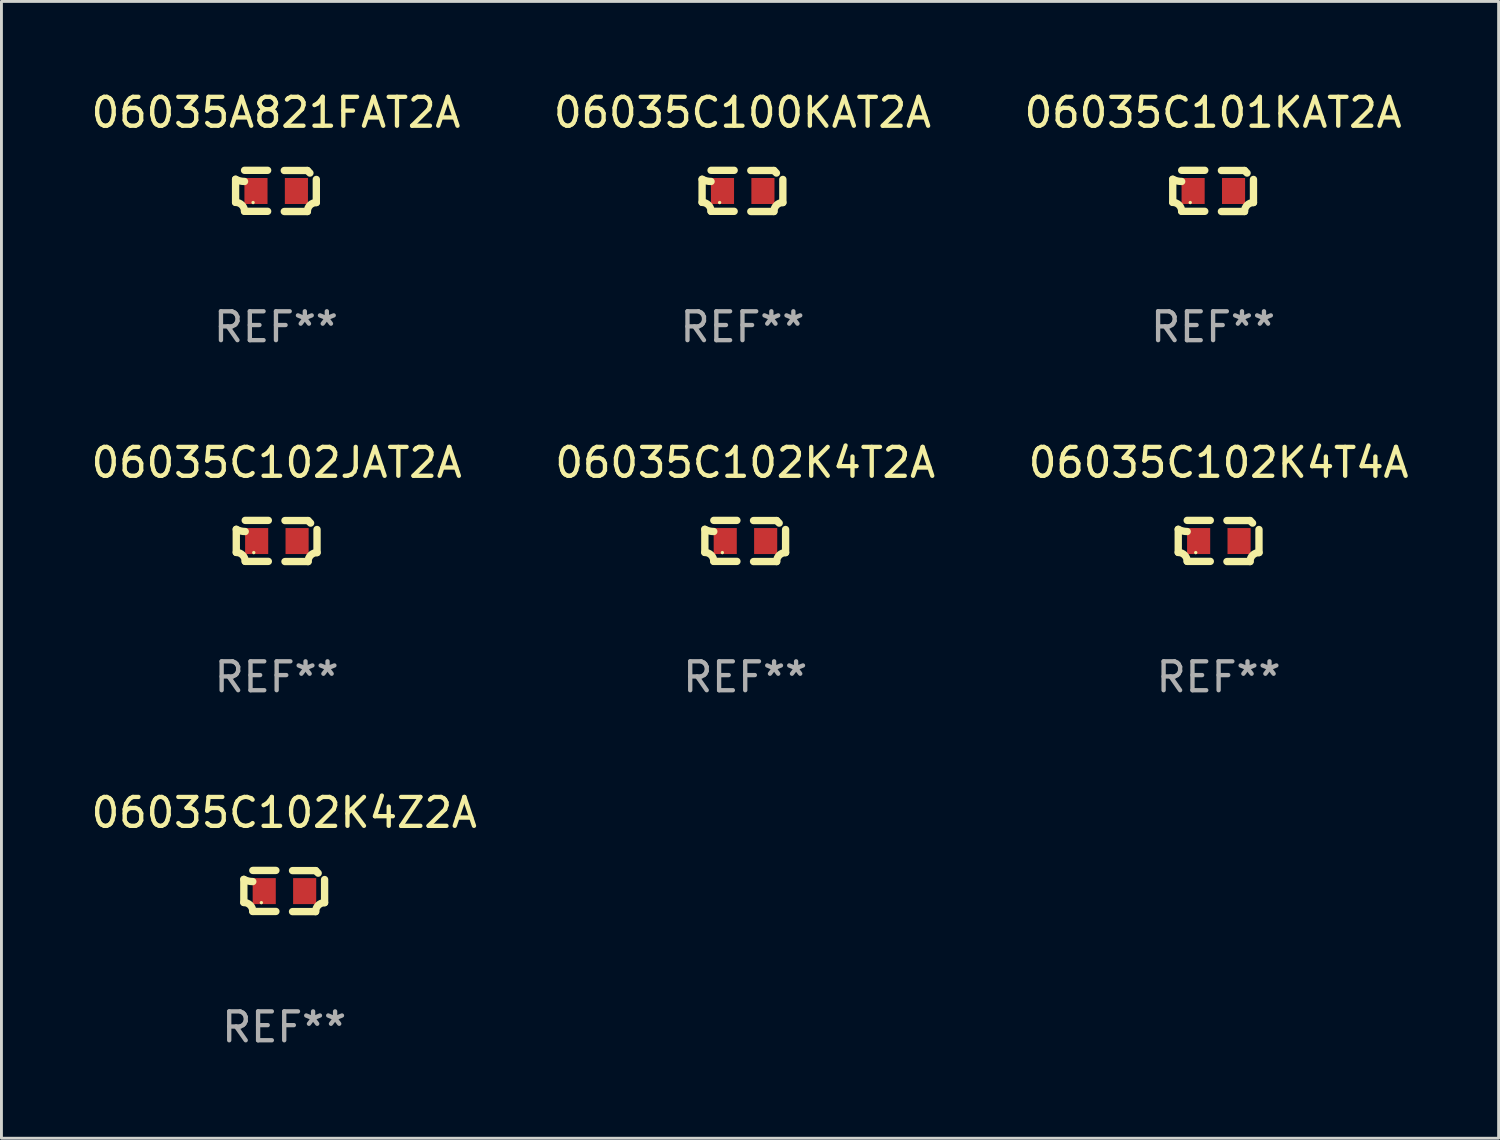
<source format=kicad_pcb>
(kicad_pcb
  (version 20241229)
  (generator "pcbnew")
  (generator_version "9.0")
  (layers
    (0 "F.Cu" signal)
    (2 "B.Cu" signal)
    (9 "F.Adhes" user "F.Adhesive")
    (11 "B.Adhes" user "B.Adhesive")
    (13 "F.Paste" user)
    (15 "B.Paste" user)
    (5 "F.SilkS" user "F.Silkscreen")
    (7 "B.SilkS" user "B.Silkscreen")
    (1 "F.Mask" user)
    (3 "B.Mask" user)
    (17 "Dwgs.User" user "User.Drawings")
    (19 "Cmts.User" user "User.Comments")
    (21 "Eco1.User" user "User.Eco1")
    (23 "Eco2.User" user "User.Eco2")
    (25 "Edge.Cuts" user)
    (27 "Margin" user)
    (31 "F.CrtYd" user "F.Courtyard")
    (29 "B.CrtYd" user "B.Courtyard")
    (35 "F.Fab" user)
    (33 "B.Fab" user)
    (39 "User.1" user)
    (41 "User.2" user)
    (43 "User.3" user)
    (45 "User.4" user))
  (footprint "06035C102JAT2A"
    (layer "F.Cu")
    (at 6.53 15.683)
    (property "Reference" "06035C102JAT2A" (at 0 -2.713 0) (layer "F.SilkS") (effects (font (size 1 1) (thickness 0.15))))
    (attr through_hole)
    (fp_line (start -1.398 -0.403) (end -1.398 0.397) (stroke (width 0.254) (type solid)) (layer "F.SilkS"))
    (fp_line (start -0.288 -0.713) (end -1.088 -0.713) (stroke (width 0.254) (type solid)) (layer "F.SilkS"))
    (fp_line (start -0.288 0.707) (end -1.088 0.707) (stroke (width 0.254) (type solid)) (layer "F.SilkS"))
    (fp_line (start 0.288 -0.707) (end 1.088 -0.707) (stroke (width 0.254) (type solid)) (layer "F.SilkS"))
    (fp_line (start 0.288 0.713) (end 1.088 0.713) (stroke (width 0.254) (type solid)) (layer "F.SilkS"))
    (fp_line (start 1.398 -0.397) (end 1.398 0.403) (stroke (width 0.254) (type solid)) (layer "F.SilkS"))
    (fp_arc (start -1.397789 0.397066) (mid -1.178701 0.487826) (end -1.08796 0.706922) (stroke (width 0.254001) (type solid)) (layer "F.SilkS"))
    (fp_arc (start -1.08796 -0.327176) (mid -1.247436 -0.346384) (end -1.39779 -0.402908) (stroke (width 0.254001) (type solid)) (layer "F.SilkS"))
    (fp_arc (start 1.087909 0.712738) (mid 1.178656 0.493655) (end 1.397739 0.402908) (stroke (width 0.254001) (type solid)) (layer "F.SilkS"))
    (fp_arc (start 1.175925 -0.618926) (mid 1.131917 -0.662923) (end 1.08791 -0.706922) (stroke (width 0.254001) (type solid)) (layer "F.SilkS"))
    (fp_circle (center -0.792 0.403) (end -0.762 0.403) (stroke (width 0.06) (type solid)) (fill no) (layer "F.SilkS"))
    (fp_text user "REF**" (at 0 4.713 0) (layer "F.Fab") (effects (font (size 1 1) (thickness 0.15))))
    (pad "1" smd rect (at -0.692 0.003) (size 0.8 0.9) (layers "F.Cu" "F.Mask" "F.Paste"))
    (pad "2" smd rect (at 0.708 0.003) (size 0.8 0.9) (layers "F.Cu" "F.Mask" "F.Paste")))
  (footprint "06035C100KAT2A"
    (layer "F.Cu")
    (at 22.661 3.561)
    (property "Reference" "06035C100KAT2A" (at 0 -2.713 0) (layer "F.SilkS") (effects (font (size 1 1) (thickness 0.15))))
    (attr through_hole)
    (fp_line (start -1.398 -0.403) (end -1.398 0.397) (stroke (width 0.254) (type solid)) (layer "F.SilkS"))
    (fp_line (start -0.288 -0.713) (end -1.088 -0.713) (stroke (width 0.254) (type solid)) (layer "F.SilkS"))
    (fp_line (start -0.288 0.707) (end -1.088 0.707) (stroke (width 0.254) (type solid)) (layer "F.SilkS"))
    (fp_line (start 0.288 -0.707) (end 1.088 -0.707) (stroke (width 0.254) (type solid)) (layer "F.SilkS"))
    (fp_line (start 0.288 0.713) (end 1.088 0.713) (stroke (width 0.254) (type solid)) (layer "F.SilkS"))
    (fp_line (start 1.398 -0.397) (end 1.398 0.403) (stroke (width 0.254) (type solid)) (layer "F.SilkS"))
    (fp_arc (start -1.397789 0.397066) (mid -1.178701 0.487826) (end -1.08796 0.706922) (stroke (width 0.254001) (type solid)) (layer "F.SilkS"))
    (fp_arc (start -1.08796 -0.327176) (mid -1.247436 -0.346384) (end -1.39779 -0.402908) (stroke (width 0.254001) (type solid)) (layer "F.SilkS"))
    (fp_arc (start 1.087909 0.712738) (mid 1.178656 0.493655) (end 1.397739 0.402908) (stroke (width 0.254001) (type solid)) (layer "F.SilkS"))
    (fp_arc (start 1.175925 -0.618926) (mid 1.131917 -0.662923) (end 1.08791 -0.706922) (stroke (width 0.254001) (type solid)) (layer "F.SilkS"))
    (fp_circle (center -0.792 0.403) (end -0.762 0.403) (stroke (width 0.06) (type solid)) (fill no) (layer "F.SilkS"))
    (fp_text user "REF**" (at 0 4.713 0) (layer "F.Fab") (effects (font (size 1 1) (thickness 0.15))))
    (pad "1" smd rect (at -0.692 0.003) (size 0.8 0.9) (layers "F.Cu" "F.Mask" "F.Paste"))
    (pad "2" smd rect (at 0.708 0.003) (size 0.8 0.9) (layers "F.Cu" "F.Mask" "F.Paste")))
  (footprint "06035C102K4T2A"
    (layer "F.Cu")
    (at 22.756 15.683)
    (property "Reference" "06035C102K4T2A" (at 0 -2.713 0) (layer "F.SilkS") (effects (font (size 1 1) (thickness 0.15))))
    (attr through_hole)
    (fp_line (start -1.398 -0.403) (end -1.398 0.397) (stroke (width 0.254) (type solid)) (layer "F.SilkS"))
    (fp_line (start -0.288 -0.713) (end -1.088 -0.713) (stroke (width 0.254) (type solid)) (layer "F.SilkS"))
    (fp_line (start -0.288 0.707) (end -1.088 0.707) (stroke (width 0.254) (type solid)) (layer "F.SilkS"))
    (fp_line (start 0.288 -0.707) (end 1.088 -0.707) (stroke (width 0.254) (type solid)) (layer "F.SilkS"))
    (fp_line (start 0.288 0.713) (end 1.088 0.713) (stroke (width 0.254) (type solid)) (layer "F.SilkS"))
    (fp_line (start 1.398 -0.397) (end 1.398 0.403) (stroke (width 0.254) (type solid)) (layer "F.SilkS"))
    (fp_arc (start -1.397789 0.397066) (mid -1.178701 0.487826) (end -1.08796 0.706922) (stroke (width 0.254001) (type solid)) (layer "F.SilkS"))
    (fp_arc (start -1.08796 -0.327176) (mid -1.247436 -0.346384) (end -1.39779 -0.402908) (stroke (width 0.254001) (type solid)) (layer "F.SilkS"))
    (fp_arc (start 1.087909 0.712738) (mid 1.178656 0.493655) (end 1.397739 0.402908) (stroke (width 0.254001) (type solid)) (layer "F.SilkS"))
    (fp_arc (start 1.175925 -0.618926) (mid 1.131917 -0.662923) (end 1.08791 -0.706922) (stroke (width 0.254001) (type solid)) (layer "F.SilkS"))
    (fp_circle (center -0.792 0.403) (end -0.762 0.403) (stroke (width 0.06) (type solid)) (fill no) (layer "F.SilkS"))
    (fp_text user "REF**" (at 0 4.713 0) (layer "F.Fab") (effects (font (size 1 1) (thickness 0.15))))
    (pad "1" smd rect (at -0.692 0.003) (size 0.8 0.9) (layers "F.Cu" "F.Mask" "F.Paste"))
    (pad "2" smd rect (at 0.708 0.003) (size 0.8 0.9) (layers "F.Cu" "F.Mask" "F.Paste")))
  (footprint "06035C102K4T4A"
    (layer "F.Cu")
    (at 39.149 15.683)
    (property "Reference" "06035C102K4T4A" (at 0 -2.713 0) (layer "F.SilkS") (effects (font (size 1 1) (thickness 0.15))))
    (attr through_hole)
    (fp_line (start -1.398 -0.403) (end -1.398 0.397) (stroke (width 0.254) (type solid)) (layer "F.SilkS"))
    (fp_line (start -0.288 -0.713) (end -1.088 -0.713) (stroke (width 0.254) (type solid)) (layer "F.SilkS"))
    (fp_line (start -0.288 0.707) (end -1.088 0.707) (stroke (width 0.254) (type solid)) (layer "F.SilkS"))
    (fp_line (start 0.288 -0.707) (end 1.088 -0.707) (stroke (width 0.254) (type solid)) (layer "F.SilkS"))
    (fp_line (start 0.288 0.713) (end 1.088 0.713) (stroke (width 0.254) (type solid)) (layer "F.SilkS"))
    (fp_line (start 1.398 -0.397) (end 1.398 0.403) (stroke (width 0.254) (type solid)) (layer "F.SilkS"))
    (fp_arc (start -1.397789 0.397066) (mid -1.178701 0.487826) (end -1.08796 0.706922) (stroke (width 0.254001) (type solid)) (layer "F.SilkS"))
    (fp_arc (start -1.08796 -0.327176) (mid -1.247436 -0.346384) (end -1.39779 -0.402908) (stroke (width 0.254001) (type solid)) (layer "F.SilkS"))
    (fp_arc (start 1.087909 0.712738) (mid 1.178656 0.493655) (end 1.397739 0.402908) (stroke (width 0.254001) (type solid)) (layer "F.SilkS"))
    (fp_arc (start 1.175925 -0.618926) (mid 1.131917 -0.662923) (end 1.08791 -0.706922) (stroke (width 0.254001) (type solid)) (layer "F.SilkS"))
    (fp_circle (center -0.792 0.403) (end -0.762 0.403) (stroke (width 0.06) (type solid)) (fill no) (layer "F.SilkS"))
    (fp_text user "REF**" (at 0 4.713 0) (layer "F.Fab") (effects (font (size 1 1) (thickness 0.15))))
    (pad "1" smd rect (at -0.692 0.003) (size 0.8 0.9) (layers "F.Cu" "F.Mask" "F.Paste"))
    (pad "2" smd rect (at 0.708 0.003) (size 0.8 0.9) (layers "F.Cu" "F.Mask" "F.Paste")))
  (footprint "06035C101KAT2A"
    (layer "F.Cu")
    (at 38.958 3.561)
    (property "Reference" "06035C101KAT2A" (at 0 -2.713 0) (layer "F.SilkS") (effects (font (size 1 1) (thickness 0.15))))
    (attr through_hole)
    (fp_line (start -1.398 -0.403) (end -1.398 0.397) (stroke (width 0.254) (type solid)) (layer "F.SilkS"))
    (fp_line (start -0.288 -0.713) (end -1.088 -0.713) (stroke (width 0.254) (type solid)) (layer "F.SilkS"))
    (fp_line (start -0.288 0.707) (end -1.088 0.707) (stroke (width 0.254) (type solid)) (layer "F.SilkS"))
    (fp_line (start 0.288 -0.707) (end 1.088 -0.707) (stroke (width 0.254) (type solid)) (layer "F.SilkS"))
    (fp_line (start 0.288 0.713) (end 1.088 0.713) (stroke (width 0.254) (type solid)) (layer "F.SilkS"))
    (fp_line (start 1.398 -0.397) (end 1.398 0.403) (stroke (width 0.254) (type solid)) (layer "F.SilkS"))
    (fp_arc (start -1.397789 0.397066) (mid -1.178701 0.487826) (end -1.08796 0.706922) (stroke (width 0.254001) (type solid)) (layer "F.SilkS"))
    (fp_arc (start -1.08796 -0.327176) (mid -1.247436 -0.346384) (end -1.39779 -0.402908) (stroke (width 0.254001) (type solid)) (layer "F.SilkS"))
    (fp_arc (start 1.087909 0.712738) (mid 1.178656 0.493655) (end 1.397739 0.402908) (stroke (width 0.254001) (type solid)) (layer "F.SilkS"))
    (fp_arc (start 1.175925 -0.618926) (mid 1.131917 -0.662923) (end 1.08791 -0.706922) (stroke (width 0.254001) (type solid)) (layer "F.SilkS"))
    (fp_circle (center -0.792 0.403) (end -0.762 0.403) (stroke (width 0.06) (type solid)) (fill no) (layer "F.SilkS"))
    (fp_text user "REF**" (at 0 4.713 0) (layer "F.Fab") (effects (font (size 1 1) (thickness 0.15))))
    (pad "1" smd rect (at -0.692 0.003) (size 0.8 0.9) (layers "F.Cu" "F.Mask" "F.Paste"))
    (pad "2" smd rect (at 0.708 0.003) (size 0.8 0.9) (layers "F.Cu" "F.Mask" "F.Paste")))
  (footprint "06035C102K4Z2A"
    (layer "F.Cu")
    (at 6.792 27.805)
    (property "Reference" "06035C102K4Z2A" (at 0 -2.713 0) (layer "F.SilkS") (effects (font (size 1 1) (thickness 0.15))))
    (attr through_hole)
    (fp_line (start -1.398 -0.403) (end -1.398 0.397) (stroke (width 0.254) (type solid)) (layer "F.SilkS"))
    (fp_line (start -0.288 -0.713) (end -1.088 -0.713) (stroke (width 0.254) (type solid)) (layer "F.SilkS"))
    (fp_line (start -0.288 0.707) (end -1.088 0.707) (stroke (width 0.254) (type solid)) (layer "F.SilkS"))
    (fp_line (start 0.288 -0.707) (end 1.088 -0.707) (stroke (width 0.254) (type solid)) (layer "F.SilkS"))
    (fp_line (start 0.288 0.713) (end 1.088 0.713) (stroke (width 0.254) (type solid)) (layer "F.SilkS"))
    (fp_line (start 1.398 -0.397) (end 1.398 0.403) (stroke (width 0.254) (type solid)) (layer "F.SilkS"))
    (fp_arc (start -1.397789 0.397066) (mid -1.178701 0.487826) (end -1.08796 0.706922) (stroke (width 0.254001) (type solid)) (layer "F.SilkS"))
    (fp_arc (start -1.08796 -0.327176) (mid -1.247436 -0.346384) (end -1.39779 -0.402908) (stroke (width 0.254001) (type solid)) (layer "F.SilkS"))
    (fp_arc (start 1.087909 0.712738) (mid 1.178656 0.493655) (end 1.397739 0.402908) (stroke (width 0.254001) (type solid)) (layer "F.SilkS"))
    (fp_arc (start 1.175925 -0.618926) (mid 1.131917 -0.662923) (end 1.08791 -0.706922) (stroke (width 0.254001) (type solid)) (layer "F.SilkS"))
    (fp_circle (center -0.792 0.403) (end -0.762 0.403) (stroke (width 0.06) (type solid)) (fill no) (layer "F.SilkS"))
    (fp_text user "REF**" (at 0 4.713 0) (layer "F.Fab") (effects (font (size 1 1) (thickness 0.15))))
    (pad "1" smd rect (at -0.692 0.003) (size 0.8 0.9) (layers "F.Cu" "F.Mask" "F.Paste"))
    (pad "2" smd rect (at 0.708 0.003) (size 0.8 0.9) (layers "F.Cu" "F.Mask" "F.Paste")))
  (footprint "06035A821FAT2A"
    (layer "F.Cu")
    (at 6.506 3.561)
    (property "Reference" "06035A821FAT2A" (at 0 -2.713 0) (layer "F.SilkS") (effects (font (size 1 1) (thickness 0.15))))
    (attr through_hole)
    (fp_line (start -1.398 -0.403) (end -1.398 0.397) (stroke (width 0.254) (type solid)) (layer "F.SilkS"))
    (fp_line (start -0.288 -0.713) (end -1.088 -0.713) (stroke (width 0.254) (type solid)) (layer "F.SilkS"))
    (fp_line (start -0.288 0.707) (end -1.088 0.707) (stroke (width 0.254) (type solid)) (layer "F.SilkS"))
    (fp_line (start 0.288 -0.707) (end 1.088 -0.707) (stroke (width 0.254) (type solid)) (layer "F.SilkS"))
    (fp_line (start 0.288 0.713) (end 1.088 0.713) (stroke (width 0.254) (type solid)) (layer "F.SilkS"))
    (fp_line (start 1.398 -0.397) (end 1.398 0.403) (stroke (width 0.254) (type solid)) (layer "F.SilkS"))
    (fp_arc (start -1.397789 0.397066) (mid -1.178701 0.487826) (end -1.08796 0.706922) (stroke (width 0.254001) (type solid)) (layer "F.SilkS"))
    (fp_arc (start -1.08796 -0.327176) (mid -1.247436 -0.346384) (end -1.39779 -0.402908) (stroke (width 0.254001) (type solid)) (layer "F.SilkS"))
    (fp_arc (start 1.087909 0.712738) (mid 1.178656 0.493655) (end 1.397739 0.402908) (stroke (width 0.254001) (type solid)) (layer "F.SilkS"))
    (fp_arc (start 1.175925 -0.618926) (mid 1.131917 -0.662923) (end 1.08791 -0.706922) (stroke (width 0.254001) (type solid)) (layer "F.SilkS"))
    (fp_circle (center -0.792 0.403) (end -0.762 0.403) (stroke (width 0.06) (type solid)) (fill no) (layer "F.SilkS"))
    (fp_text user "REF**" (at 0 4.713 0) (layer "F.Fab") (effects (font (size 1 1) (thickness 0.15))))
    (pad "1" smd rect (at -0.692 0.003) (size 0.8 0.9) (layers "F.Cu" "F.Mask" "F.Paste"))
    (pad "2" smd rect (at 0.708 0.003) (size 0.8 0.9) (layers "F.Cu" "F.Mask" "F.Paste")))
  (gr_rect
    (start -3 -3)
    (end 48.845 36.366)
    (stroke (width 0.1) (type default))
    (fill no)
    (layer "Edge.Cuts")))
</source>
